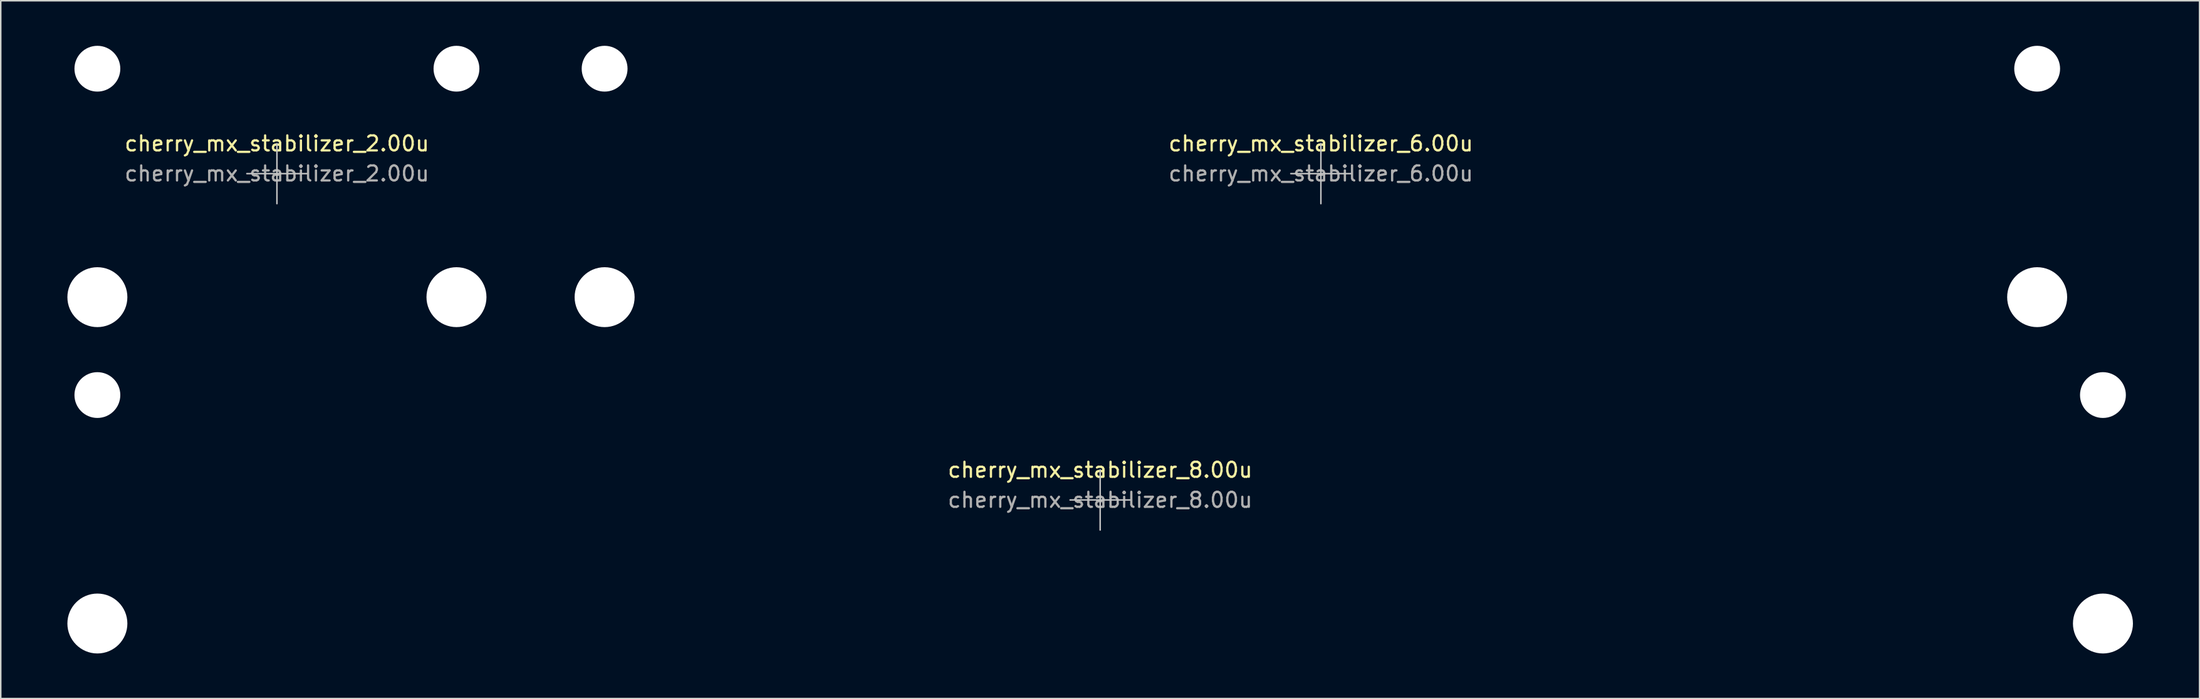
<source format=kicad_pcb>
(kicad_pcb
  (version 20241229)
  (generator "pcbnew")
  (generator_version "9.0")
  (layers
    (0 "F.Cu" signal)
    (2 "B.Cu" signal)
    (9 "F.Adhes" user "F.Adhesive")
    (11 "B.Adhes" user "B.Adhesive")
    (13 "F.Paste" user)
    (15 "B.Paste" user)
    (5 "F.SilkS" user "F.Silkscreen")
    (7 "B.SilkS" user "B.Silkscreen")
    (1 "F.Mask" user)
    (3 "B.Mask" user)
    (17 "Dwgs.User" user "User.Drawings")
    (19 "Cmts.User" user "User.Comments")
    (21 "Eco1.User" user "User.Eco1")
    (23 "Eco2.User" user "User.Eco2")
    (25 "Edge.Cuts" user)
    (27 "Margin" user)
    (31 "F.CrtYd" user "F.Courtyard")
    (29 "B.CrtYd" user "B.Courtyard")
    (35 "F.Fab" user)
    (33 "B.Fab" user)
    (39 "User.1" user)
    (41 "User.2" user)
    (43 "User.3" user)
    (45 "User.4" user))
  (footprint "cherry_mx_stabilizer_2.00u"
    (layer "F.Cu")
    (at 15.363 8.509)
    (property "Reference" "cherry_mx_stabilizer_2.00u" (at 0 -2 0) (layer "F.SilkS") (effects (font (size 1 1) (thickness 0.15))))
    (attr exclude_from_pos_files exclude_from_bom)
    (fp_line (start -2 0) (end 2 0) (stroke (width 0.1) (type solid)) (layer "Dwgs.User"))
    (fp_line (start 0 2) (end 0 -2) (stroke (width 0.1) (type solid)) (layer "Dwgs.User"))
    (fp_line (start -15.313 -5.53) (end -15.313 6.77) (stroke (width 0.1) (type solid)) (layer "Eco1.User"))
    (fp_line (start -15.313 6.77) (end -8.563 6.77) (stroke (width 0.1) (type solid)) (layer "Eco1.User"))
    (fp_line (start -8.563 -5.53) (end -15.313 -5.53) (stroke (width 0.1) (type solid)) (layer "Eco1.User"))
    (fp_line (start -8.563 6.77) (end -8.563 -5.53) (stroke (width 0.1) (type solid)) (layer "Eco1.User"))
    (fp_line (start 8.563 -5.53) (end 8.563 6.77) (stroke (width 0.1) (type solid)) (layer "Eco1.User"))
    (fp_line (start 8.563 6.77) (end 15.313 6.77) (stroke (width 0.1) (type solid)) (layer "Eco1.User"))
    (fp_line (start 15.313 -5.53) (end 8.563 -5.53) (stroke (width 0.1) (type solid)) (layer "Eco1.User"))
    (fp_line (start 15.313 6.77) (end 15.313 -5.53) (stroke (width 0.1) (type solid)) (layer "Eco1.User"))
    (fp_text user "${REFERENCE}" (at 0 0 0) (layer "F.Fab") (effects (font (size 1 1) (thickness 0.15))))
    (pad "" np_thru_hole circle (at -11.938 -6.985) (size 3.048 3.048) (drill 3.048) (layers "*.Cu" "*.Mask"))
    (pad "" np_thru_hole circle (at -11.938 8.225) (size 3.988 3.988) (drill 3.988) (layers "*.Cu" "*.Mask"))
    (pad "" np_thru_hole circle (at 11.938 -6.985) (size 3.048 3.048) (drill 3.048) (layers "*.Cu" "*.Mask"))
    (pad "" np_thru_hole circle (at 11.938 8.225) (size 3.988 3.988) (drill 3.988) (layers "*.Cu" "*.Mask")))
  (footprint "cherry_mx_stabilizer_8.00u"
    (layer "F.Cu")
    (at 70.1 30.237)
    (property "Reference" "cherry_mx_stabilizer_8.00u" (at 0 -2 0) (layer "F.SilkS") (effects (font (size 1 1) (thickness 0.15))))
    (attr exclude_from_pos_files exclude_from_bom)
    (fp_line (start -2 0) (end 2 0) (stroke (width 0.1) (type solid)) (layer "Dwgs.User"))
    (fp_line (start 0 2) (end 0 -2) (stroke (width 0.1) (type solid)) (layer "Dwgs.User"))
    (fp_line (start -70.05 -5.53) (end -70.05 6.77) (stroke (width 0.1) (type solid)) (layer "Eco1.User"))
    (fp_line (start -70.05 6.77) (end -63.3 6.77) (stroke (width 0.1) (type solid)) (layer "Eco1.User"))
    (fp_line (start -63.3 -5.53) (end -70.05 -5.53) (stroke (width 0.1) (type solid)) (layer "Eco1.User"))
    (fp_line (start -63.3 6.77) (end -63.3 -5.53) (stroke (width 0.1) (type solid)) (layer "Eco1.User"))
    (fp_line (start 63.3 -5.53) (end 63.3 6.77) (stroke (width 0.1) (type solid)) (layer "Eco1.User"))
    (fp_line (start 63.3 6.77) (end 70.05 6.77) (stroke (width 0.1) (type solid)) (layer "Eco1.User"))
    (fp_line (start 70.05 -5.53) (end 63.3 -5.53) (stroke (width 0.1) (type solid)) (layer "Eco1.User"))
    (fp_line (start 70.05 6.77) (end 70.05 -5.53) (stroke (width 0.1) (type solid)) (layer "Eco1.User"))
    (fp_text user "${REFERENCE}" (at 0 0 0) (layer "F.Fab") (effects (font (size 1 1) (thickness 0.15))))
    (pad "" np_thru_hole circle (at -66.675 -6.985) (size 3.048 3.048) (drill 3.048) (layers "*.Cu" "*.Mask"))
    (pad "" np_thru_hole circle (at -66.675 8.225) (size 3.988 3.988) (drill 3.988) (layers "*.Cu" "*.Mask"))
    (pad "" np_thru_hole circle (at 66.675 -6.985) (size 3.048 3.048) (drill 3.048) (layers "*.Cu" "*.Mask"))
    (pad "" np_thru_hole circle (at 66.675 8.225) (size 3.988 3.988) (drill 3.988) (layers "*.Cu" "*.Mask")))
  (footprint "cherry_mx_stabilizer_6.00u"
    (layer "F.Cu")
    (at 84.776 8.509)
    (property "Reference" "cherry_mx_stabilizer_6.00u" (at 0 -2 0) (layer "F.SilkS") (effects (font (size 1 1) (thickness 0.15))))
    (attr exclude_from_pos_files exclude_from_bom)
    (fp_line (start -2 0) (end 2 0) (stroke (width 0.1) (type solid)) (layer "Dwgs.User"))
    (fp_line (start 0 2) (end 0 -2) (stroke (width 0.1) (type solid)) (layer "Dwgs.User"))
    (fp_line (start -51 -5.53) (end -51 6.77) (stroke (width 0.1) (type solid)) (layer "Eco1.User"))
    (fp_line (start -51 6.77) (end -44.25 6.77) (stroke (width 0.1) (type solid)) (layer "Eco1.User"))
    (fp_line (start -44.25 -5.53) (end -51 -5.53) (stroke (width 0.1) (type solid)) (layer "Eco1.User"))
    (fp_line (start -44.25 6.77) (end -44.25 -5.53) (stroke (width 0.1) (type solid)) (layer "Eco1.User"))
    (fp_line (start 44.25 -5.53) (end 44.25 6.77) (stroke (width 0.1) (type solid)) (layer "Eco1.User"))
    (fp_line (start 44.25 6.77) (end 51 6.77) (stroke (width 0.1) (type solid)) (layer "Eco1.User"))
    (fp_line (start 51 -5.53) (end 44.25 -5.53) (stroke (width 0.1) (type solid)) (layer "Eco1.User"))
    (fp_line (start 51 6.77) (end 51 -5.53) (stroke (width 0.1) (type solid)) (layer "Eco1.User"))
    (fp_text user "${REFERENCE}" (at 0 0 0) (layer "F.Fab") (effects (font (size 1 1) (thickness 0.15))))
    (pad "" np_thru_hole circle (at -47.625 -6.985) (size 3.048 3.048) (drill 3.048) (layers "*.Cu" "*.Mask"))
    (pad "" np_thru_hole circle (at -47.625 8.225) (size 3.988 3.988) (drill 3.988) (layers "*.Cu" "*.Mask"))
    (pad "" np_thru_hole circle (at 47.625 -6.985) (size 3.048 3.048) (drill 3.048) (layers "*.Cu" "*.Mask"))
    (pad "" np_thru_hole circle (at 47.625 8.225) (size 3.988 3.988) (drill 3.988) (layers "*.Cu" "*.Mask")))
  (gr_rect
    (start -3 -3)
    (end 143.2 43.456)
    (stroke (width 0.1) (type default))
    (fill no)
    (layer "Edge.Cuts")))
</source>
